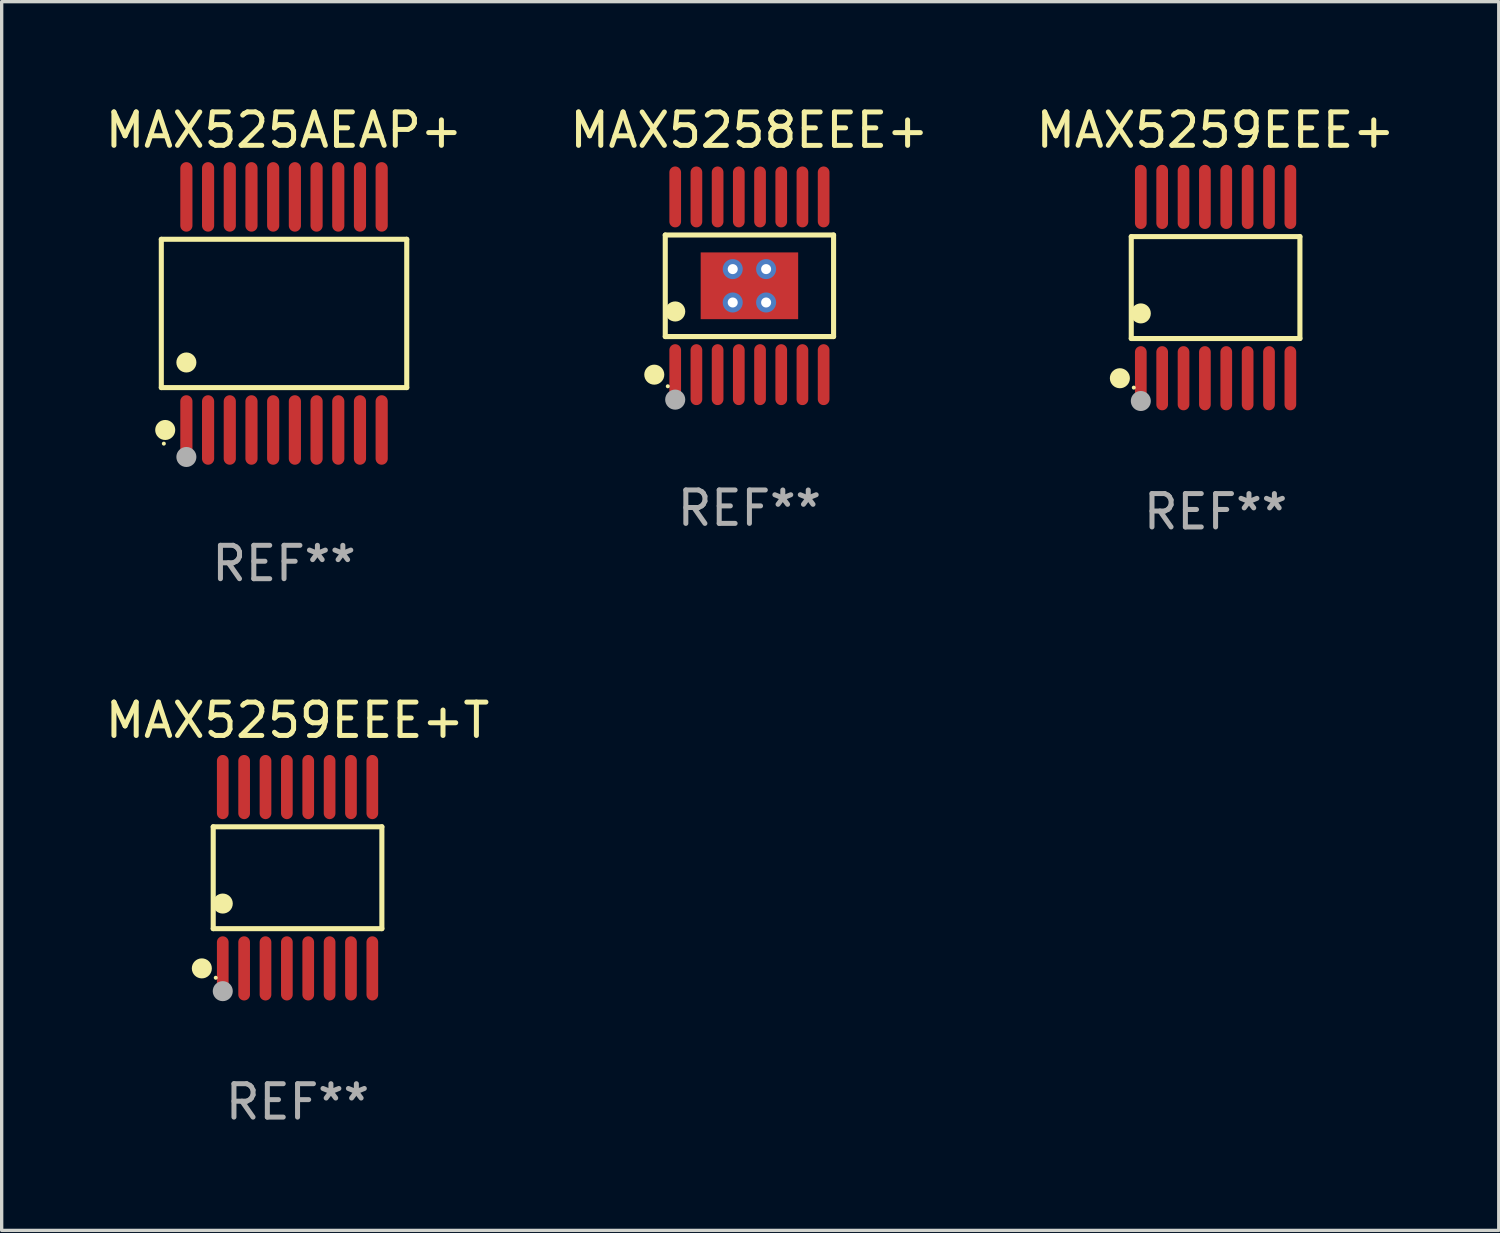
<source format=kicad_pcb>
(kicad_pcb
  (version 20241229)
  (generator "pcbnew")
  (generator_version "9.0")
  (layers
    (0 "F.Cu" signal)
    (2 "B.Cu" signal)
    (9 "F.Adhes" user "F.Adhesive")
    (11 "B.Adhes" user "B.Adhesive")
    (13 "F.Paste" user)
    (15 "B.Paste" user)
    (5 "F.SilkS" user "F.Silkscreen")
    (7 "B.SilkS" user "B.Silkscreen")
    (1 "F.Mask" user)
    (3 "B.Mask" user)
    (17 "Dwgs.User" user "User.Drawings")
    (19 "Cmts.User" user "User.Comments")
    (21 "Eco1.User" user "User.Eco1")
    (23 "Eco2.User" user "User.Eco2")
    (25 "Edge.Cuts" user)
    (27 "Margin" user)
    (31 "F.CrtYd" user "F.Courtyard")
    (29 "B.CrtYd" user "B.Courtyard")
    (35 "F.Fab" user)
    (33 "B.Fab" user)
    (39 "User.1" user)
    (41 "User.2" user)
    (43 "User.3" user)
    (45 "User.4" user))
  (footprint "MAX5259EEE+T"
    (layer "F.Cu")
    (at 5.863 23.242)
    (property "Reference" "MAX5259EEE+T" (at 0 -4.716 0) (layer "F.SilkS") (effects (font (size 1 1) (thickness 0.15))))
    (attr through_hole)
    (fp_line (start -2.526 -1.526) (end 2.526 -1.526) (stroke (width 0.152) (type solid)) (layer "F.SilkS"))
    (fp_line (start -2.526 1.526) (end -2.526 -1.526) (stroke (width 0.152) (type solid)) (layer "F.SilkS"))
    (fp_line (start 2.526 -1.526) (end 2.526 1.526) (stroke (width 0.152) (type solid)) (layer "F.SilkS"))
    (fp_line (start 2.526 1.526) (end -2.526 1.526) (stroke (width 0.152) (type solid)) (layer "F.SilkS"))
    (fp_circle (center -2.867 2.716) (end -2.717 2.716) (stroke (width 0.3) (type solid)) (fill no) (layer "F.SilkS"))
    (fp_circle (center -2.45 2.997) (end -2.42 2.997) (stroke (width 0.06) (type solid)) (fill no) (layer "F.SilkS"))
    (fp_circle (center -2.24 0.774) (end -2.09 0.774) (stroke (width 0.3) (type solid)) (fill no) (layer "F.SilkS"))
    (fp_circle (center -2.24 3.398) (end -2.09 3.398) (stroke (width 0.3) (type solid)) (fill no) (layer "F.Fab"))
    (fp_text user "REF**" (at 0 6.716 0) (layer "F.Fab") (effects (font (size 1 1) (thickness 0.15))))
    (pad "1" smd oval (at -2.24 2.716) (size 0.35 1.922) (layers "F.Cu" "F.Mask" "F.Paste"))
    (pad "2" smd oval (at -1.6 2.716) (size 0.35 1.922) (layers "F.Cu" "F.Mask" "F.Paste"))
    (pad "3" smd oval (at -0.96 2.716) (size 0.35 1.922) (layers "F.Cu" "F.Mask" "F.Paste"))
    (pad "4" smd oval (at -0.32 2.716) (size 0.35 1.922) (layers "F.Cu" "F.Mask" "F.Paste"))
    (pad "5" smd oval (at 0.32 2.716) (size 0.35 1.922) (layers "F.Cu" "F.Mask" "F.Paste"))
    (pad "6" smd oval (at 0.96 2.716) (size 0.35 1.922) (layers "F.Cu" "F.Mask" "F.Paste"))
    (pad "7" smd oval (at 1.6 2.716) (size 0.35 1.922) (layers "F.Cu" "F.Mask" "F.Paste"))
    (pad "8" smd oval (at 2.24 2.716) (size 0.35 1.922) (layers "F.Cu" "F.Mask" "F.Paste"))
    (pad "9" smd oval (at 2.24 -2.716) (size 0.35 1.922) (layers "F.Cu" "F.Mask" "F.Paste"))
    (pad "10" smd oval (at 1.6 -2.716) (size 0.35 1.922) (layers "F.Cu" "F.Mask" "F.Paste"))
    (pad "11" smd oval (at 0.96 -2.716) (size 0.35 1.922) (layers "F.Cu" "F.Mask" "F.Paste"))
    (pad "12" smd oval (at 0.32 -2.716) (size 0.35 1.922) (layers "F.Cu" "F.Mask" "F.Paste"))
    (pad "13" smd oval (at -0.32 -2.716) (size 0.35 1.922) (layers "F.Cu" "F.Mask" "F.Paste"))
    (pad "14" smd oval (at -0.96 -2.716) (size 0.35 1.922) (layers "F.Cu" "F.Mask" "F.Paste"))
    (pad "15" smd oval (at -1.6 -2.716) (size 0.35 1.922) (layers "F.Cu" "F.Mask" "F.Paste"))
    (pad "16" smd oval (at -2.24 -2.716) (size 0.35 1.922) (layers "F.Cu" "F.Mask" "F.Paste")))
  (footprint "MAX525AEAP+"
    (layer "F.Cu")
    (at 5.458 6.339)
    (property "Reference" "MAX525AEAP+" (at 0 -5.491 0) (layer "F.SilkS") (effects (font (size 1 1) (thickness 0.15))))
    (attr through_hole)
    (fp_line (start -3.676 -2.221) (end 3.676 -2.221) (stroke (width 0.152) (type solid)) (layer "F.SilkS"))
    (fp_line (start -3.676 2.221) (end -3.676 -2.221) (stroke (width 0.152) (type solid)) (layer "F.SilkS"))
    (fp_line (start 3.676 -2.221) (end 3.676 2.221) (stroke (width 0.152) (type solid)) (layer "F.SilkS"))
    (fp_line (start 3.676 2.221) (end -3.676 2.221) (stroke (width 0.152) (type solid)) (layer "F.SilkS"))
    (fp_circle (center -3.6 3.9) (end -3.57 3.9) (stroke (width 0.06) (type solid)) (fill no) (layer "F.SilkS"))
    (fp_circle (center -3.559 3.491) (end -3.409 3.491) (stroke (width 0.3) (type solid)) (fill no) (layer "F.SilkS"))
    (fp_circle (center -2.925 1.469) (end -2.775 1.469) (stroke (width 0.3) (type solid)) (fill no) (layer "F.SilkS"))
    (fp_circle (center -2.925 4.3) (end -2.775 4.3) (stroke (width 0.3) (type solid)) (fill no) (layer "F.Fab"))
    (fp_text user "REF**" (at 0 7.491 0) (layer "F.Fab") (effects (font (size 1 1) (thickness 0.15))))
    (pad "1" smd oval (at -2.925 3.491) (size 0.364 2.082) (layers "F.Cu" "F.Mask" "F.Paste"))
    (pad "2" smd oval (at -2.275 3.491) (size 0.364 2.082) (layers "F.Cu" "F.Mask" "F.Paste"))
    (pad "3" smd oval (at -1.625 3.491) (size 0.364 2.082) (layers "F.Cu" "F.Mask" "F.Paste"))
    (pad "4" smd oval (at -0.975 3.491) (size 0.364 2.082) (layers "F.Cu" "F.Mask" "F.Paste"))
    (pad "5" smd oval (at -0.325 3.491) (size 0.364 2.082) (layers "F.Cu" "F.Mask" "F.Paste"))
    (pad "6" smd oval (at 0.325 3.491) (size 0.364 2.082) (layers "F.Cu" "F.Mask" "F.Paste"))
    (pad "7" smd oval (at 0.975 3.491) (size 0.364 2.082) (layers "F.Cu" "F.Mask" "F.Paste"))
    (pad "8" smd oval (at 1.625 3.491) (size 0.364 2.082) (layers "F.Cu" "F.Mask" "F.Paste"))
    (pad "9" smd oval (at 2.275 3.491) (size 0.364 2.082) (layers "F.Cu" "F.Mask" "F.Paste"))
    (pad "10" smd oval (at 2.925 3.491) (size 0.364 2.082) (layers "F.Cu" "F.Mask" "F.Paste"))
    (pad "11" smd oval (at 2.925 -3.491) (size 0.364 2.082) (layers "F.Cu" "F.Mask" "F.Paste"))
    (pad "12" smd oval (at 2.275 -3.491) (size 0.364 2.082) (layers "F.Cu" "F.Mask" "F.Paste"))
    (pad "13" smd oval (at 1.625 -3.491) (size 0.364 2.082) (layers "F.Cu" "F.Mask" "F.Paste"))
    (pad "14" smd oval (at 0.975 -3.491) (size 0.364 2.082) (layers "F.Cu" "F.Mask" "F.Paste"))
    (pad "15" smd oval (at 0.325 -3.491) (size 0.364 2.082) (layers "F.Cu" "F.Mask" "F.Paste"))
    (pad "16" smd oval (at -0.325 -3.491) (size 0.364 2.082) (layers "F.Cu" "F.Mask" "F.Paste"))
    (pad "17" smd oval (at -0.975 -3.491) (size 0.364 2.082) (layers "F.Cu" "F.Mask" "F.Paste"))
    (pad "18" smd oval (at -1.625 -3.491) (size 0.364 2.082) (layers "F.Cu" "F.Mask" "F.Paste"))
    (pad "19" smd oval (at -2.275 -3.491) (size 0.364 2.082) (layers "F.Cu" "F.Mask" "F.Paste"))
    (pad "20" smd oval (at -2.925 -3.491) (size 0.364 2.082) (layers "F.Cu" "F.Mask" "F.Paste")))
  (footprint "MAX5258EEE+"
    (layer "F.Cu")
    (at 19.399 5.511)
    (property "Reference" "MAX5258EEE+" (at 0 -4.662 0) (layer "F.SilkS") (effects (font (size 1 1) (thickness 0.15))))
    (attr through_hole)
    (fp_line (start -2.521 -1.521) (end 2.521 -1.521) (stroke (width 0.152) (type solid)) (layer "F.SilkS"))
    (fp_line (start -2.521 1.521) (end -2.521 -1.521) (stroke (width 0.152) (type solid)) (layer "F.SilkS"))
    (fp_line (start 2.521 -1.521) (end 2.521 1.521) (stroke (width 0.152) (type solid)) (layer "F.SilkS"))
    (fp_line (start 2.521 1.521) (end -2.521 1.521) (stroke (width 0.152) (type solid)) (layer "F.SilkS"))
    (fp_circle (center -2.85 2.662) (end -2.7 2.662) (stroke (width 0.3) (type solid)) (fill no) (layer "F.SilkS"))
    (fp_circle (center -2.445 3.01) (end -2.415 3.01) (stroke (width 0.06) (type solid)) (fill no) (layer "F.SilkS"))
    (fp_circle (center -2.223 0.769) (end -2.072 0.769) (stroke (width 0.3) (type solid)) (fill no) (layer "F.SilkS"))
    (fp_circle (center -2.223 3.41) (end -2.072 3.41) (stroke (width 0.3) (type solid)) (fill no) (layer "F.Fab"))
    (fp_text user "REF**" (at 0 6.662 0) (layer "F.Fab") (effects (font (size 1 1) (thickness 0.15))))
    (pad "1" smd oval (at -2.223 2.662) (size 0.35 1.825) (layers "F.Cu" "F.Mask" "F.Paste"))
    (pad "2" smd oval (at -1.588 2.662) (size 0.35 1.825) (layers "F.Cu" "F.Mask" "F.Paste"))
    (pad "3" smd oval (at -0.953 2.662) (size 0.35 1.825) (layers "F.Cu" "F.Mask" "F.Paste"))
    (pad "4" smd oval (at -0.318 2.662) (size 0.35 1.825) (layers "F.Cu" "F.Mask" "F.Paste"))
    (pad "5" smd oval (at 0.318 2.662) (size 0.35 1.825) (layers "F.Cu" "F.Mask" "F.Paste"))
    (pad "6" smd oval (at 0.953 2.662) (size 0.35 1.825) (layers "F.Cu" "F.Mask" "F.Paste"))
    (pad "7" smd oval (at 1.588 2.662) (size 0.35 1.825) (layers "F.Cu" "F.Mask" "F.Paste"))
    (pad "8" smd oval (at 2.223 2.662) (size 0.35 1.825) (layers "F.Cu" "F.Mask" "F.Paste"))
    (pad "9" smd oval (at 2.223 -2.662) (size 0.35 1.825) (layers "F.Cu" "F.Mask" "F.Paste"))
    (pad "10" smd oval (at 1.588 -2.662) (size 0.35 1.825) (layers "F.Cu" "F.Mask" "F.Paste"))
    (pad "11" smd oval (at 0.953 -2.662) (size 0.35 1.825) (layers "F.Cu" "F.Mask" "F.Paste"))
    (pad "12" smd oval (at 0.318 -2.662) (size 0.35 1.825) (layers "F.Cu" "F.Mask" "F.Paste"))
    (pad "13" smd oval (at -0.318 -2.662) (size 0.35 1.825) (layers "F.Cu" "F.Mask" "F.Paste"))
    (pad "14" smd oval (at -0.953 -2.662) (size 0.35 1.825) (layers "F.Cu" "F.Mask" "F.Paste"))
    (pad "15" smd oval (at -1.588 -2.662) (size 0.35 1.825) (layers "F.Cu" "F.Mask" "F.Paste"))
    (pad "16" smd oval (at -2.223 -2.662) (size 0.35 1.825) (layers "F.Cu" "F.Mask" "F.Paste"))
    (pad "17" thru_hole circle (at -0.5 -0.5) (size 0.6 0.6) (drill 0.3) (layers "*.Cu" "*.Mask"))
    (pad "17" thru_hole circle (at -0.5 0.5) (size 0.6 0.6) (drill 0.3) (layers "*.Cu" "*.Mask"))
    (pad "17" smd rect (at 0 0) (size 2.92 2) (layers "F.Cu" "F.Mask" "F.Paste"))
    (pad "17" thru_hole circle (at 0.5 -0.5) (size 0.6 0.6) (drill 0.3) (layers "*.Cu" "*.Mask"))
    (pad "17" thru_hole circle (at 0.5 0.5) (size 0.6 0.6) (drill 0.3) (layers "*.Cu" "*.Mask")))
  (footprint "MAX5259EEE+"
    (layer "F.Cu")
    (at 33.363 5.564)
    (property "Reference" "MAX5259EEE+" (at 0 -4.716 0) (layer "F.SilkS") (effects (font (size 1 1) (thickness 0.15))))
    (attr through_hole)
    (fp_line (start -2.526 -1.526) (end 2.526 -1.526) (stroke (width 0.152) (type solid)) (layer "F.SilkS"))
    (fp_line (start -2.526 1.526) (end -2.526 -1.526) (stroke (width 0.152) (type solid)) (layer "F.SilkS"))
    (fp_line (start 2.526 -1.526) (end 2.526 1.526) (stroke (width 0.152) (type solid)) (layer "F.SilkS"))
    (fp_line (start 2.526 1.526) (end -2.526 1.526) (stroke (width 0.152) (type solid)) (layer "F.SilkS"))
    (fp_circle (center -2.867 2.716) (end -2.717 2.716) (stroke (width 0.3) (type solid)) (fill no) (layer "F.SilkS"))
    (fp_circle (center -2.45 2.997) (end -2.42 2.997) (stroke (width 0.06) (type solid)) (fill no) (layer "F.SilkS"))
    (fp_circle (center -2.24 0.774) (end -2.09 0.774) (stroke (width 0.3) (type solid)) (fill no) (layer "F.SilkS"))
    (fp_circle (center -2.24 3.398) (end -2.09 3.398) (stroke (width 0.3) (type solid)) (fill no) (layer "F.Fab"))
    (fp_text user "REF**" (at 0 6.716 0) (layer "F.Fab") (effects (font (size 1 1) (thickness 0.15))))
    (pad "1" smd oval (at -2.24 2.716) (size 0.35 1.922) (layers "F.Cu" "F.Mask" "F.Paste"))
    (pad "2" smd oval (at -1.6 2.716) (size 0.35 1.922) (layers "F.Cu" "F.Mask" "F.Paste"))
    (pad "3" smd oval (at -0.96 2.716) (size 0.35 1.922) (layers "F.Cu" "F.Mask" "F.Paste"))
    (pad "4" smd oval (at -0.32 2.716) (size 0.35 1.922) (layers "F.Cu" "F.Mask" "F.Paste"))
    (pad "5" smd oval (at 0.32 2.716) (size 0.35 1.922) (layers "F.Cu" "F.Mask" "F.Paste"))
    (pad "6" smd oval (at 0.96 2.716) (size 0.35 1.922) (layers "F.Cu" "F.Mask" "F.Paste"))
    (pad "7" smd oval (at 1.6 2.716) (size 0.35 1.922) (layers "F.Cu" "F.Mask" "F.Paste"))
    (pad "8" smd oval (at 2.24 2.716) (size 0.35 1.922) (layers "F.Cu" "F.Mask" "F.Paste"))
    (pad "9" smd oval (at 2.24 -2.716) (size 0.35 1.922) (layers "F.Cu" "F.Mask" "F.Paste"))
    (pad "10" smd oval (at 1.6 -2.716) (size 0.35 1.922) (layers "F.Cu" "F.Mask" "F.Paste"))
    (pad "11" smd oval (at 0.96 -2.716) (size 0.35 1.922) (layers "F.Cu" "F.Mask" "F.Paste"))
    (pad "12" smd oval (at 0.32 -2.716) (size 0.35 1.922) (layers "F.Cu" "F.Mask" "F.Paste"))
    (pad "13" smd oval (at -0.32 -2.716) (size 0.35 1.922) (layers "F.Cu" "F.Mask" "F.Paste"))
    (pad "14" smd oval (at -0.96 -2.716) (size 0.35 1.922) (layers "F.Cu" "F.Mask" "F.Paste"))
    (pad "15" smd oval (at -1.6 -2.716) (size 0.35 1.922) (layers "F.Cu" "F.Mask" "F.Paste"))
    (pad "16" smd oval (at -2.24 -2.716) (size 0.35 1.922) (layers "F.Cu" "F.Mask" "F.Paste")))
  (gr_rect
    (start -3 -3)
    (end 41.845 33.807)
    (stroke (width 0.1) (type default))
    (fill no)
    (layer "Edge.Cuts")))
</source>
